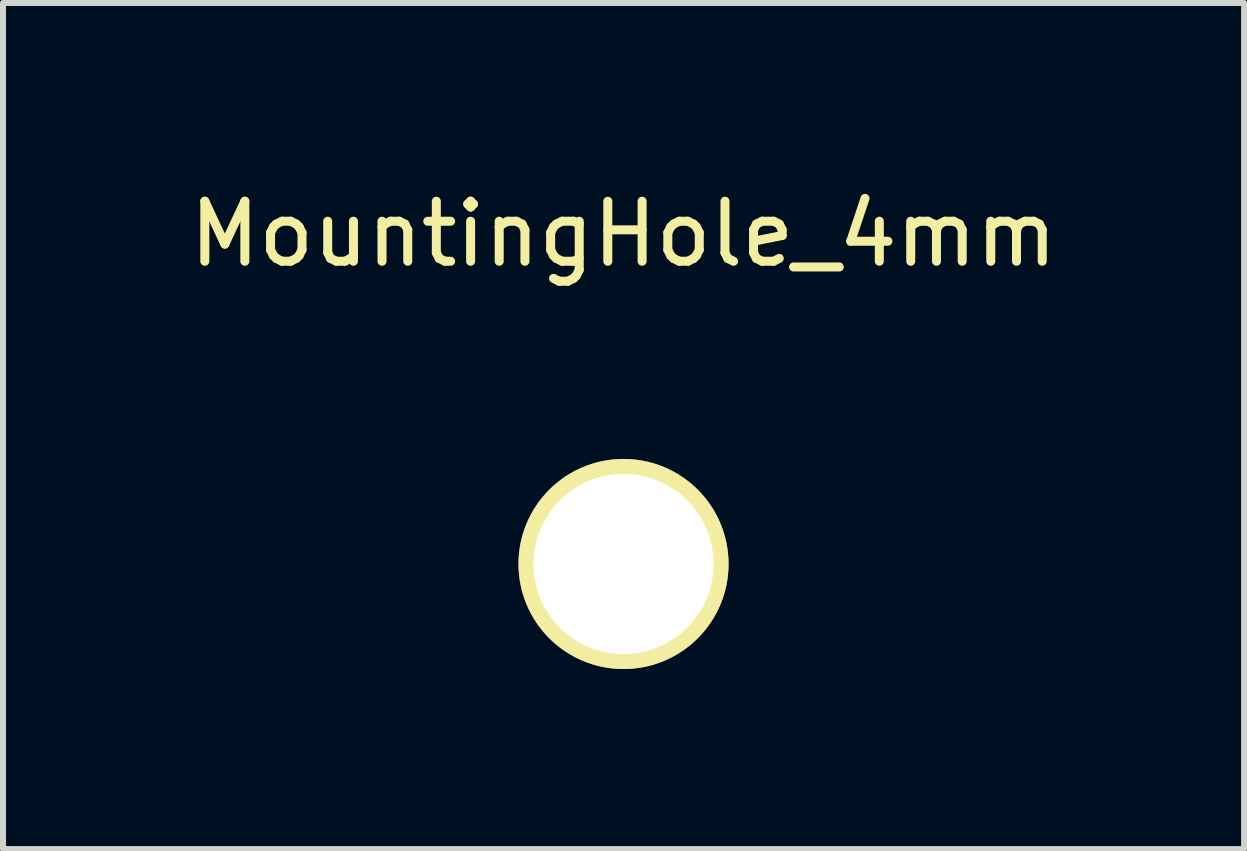
<source format=kicad_pcb>
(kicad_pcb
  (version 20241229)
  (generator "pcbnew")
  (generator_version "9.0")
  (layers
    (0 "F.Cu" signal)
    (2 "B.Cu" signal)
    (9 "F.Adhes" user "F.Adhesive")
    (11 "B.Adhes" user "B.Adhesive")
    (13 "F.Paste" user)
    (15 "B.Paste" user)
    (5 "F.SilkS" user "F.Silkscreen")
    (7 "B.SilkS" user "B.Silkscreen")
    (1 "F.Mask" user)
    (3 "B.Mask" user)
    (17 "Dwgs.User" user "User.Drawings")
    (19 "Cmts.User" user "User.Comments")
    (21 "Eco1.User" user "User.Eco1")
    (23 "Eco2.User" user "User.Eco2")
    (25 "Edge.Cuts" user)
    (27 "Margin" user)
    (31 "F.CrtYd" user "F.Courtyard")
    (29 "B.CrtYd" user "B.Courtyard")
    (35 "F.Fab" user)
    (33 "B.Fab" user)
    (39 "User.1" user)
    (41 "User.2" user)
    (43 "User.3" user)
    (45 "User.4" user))
  (footprint "MountingHole_4mm"
    (layer "F.Cu")
    (at 7.339 6.347)
    (property "Reference" "MountingHole_4mm" (at 0 -5.499 0) (layer "F.SilkS") (effects (font (size 1 1) (thickness 0.15))))
    (attr through_hole)
    (pad "1" thru_hole circle (at 0 0) (size 3.5 3.5) (drill 3) (layers "*.Cu" "*.Mask" "F.SilkS")))
  (gr_rect
    (start -3 -3)
    (end 17.679 11.097)
    (stroke (width 0.1) (type default))
    (fill no)
    (layer "Edge.Cuts")))
</source>
